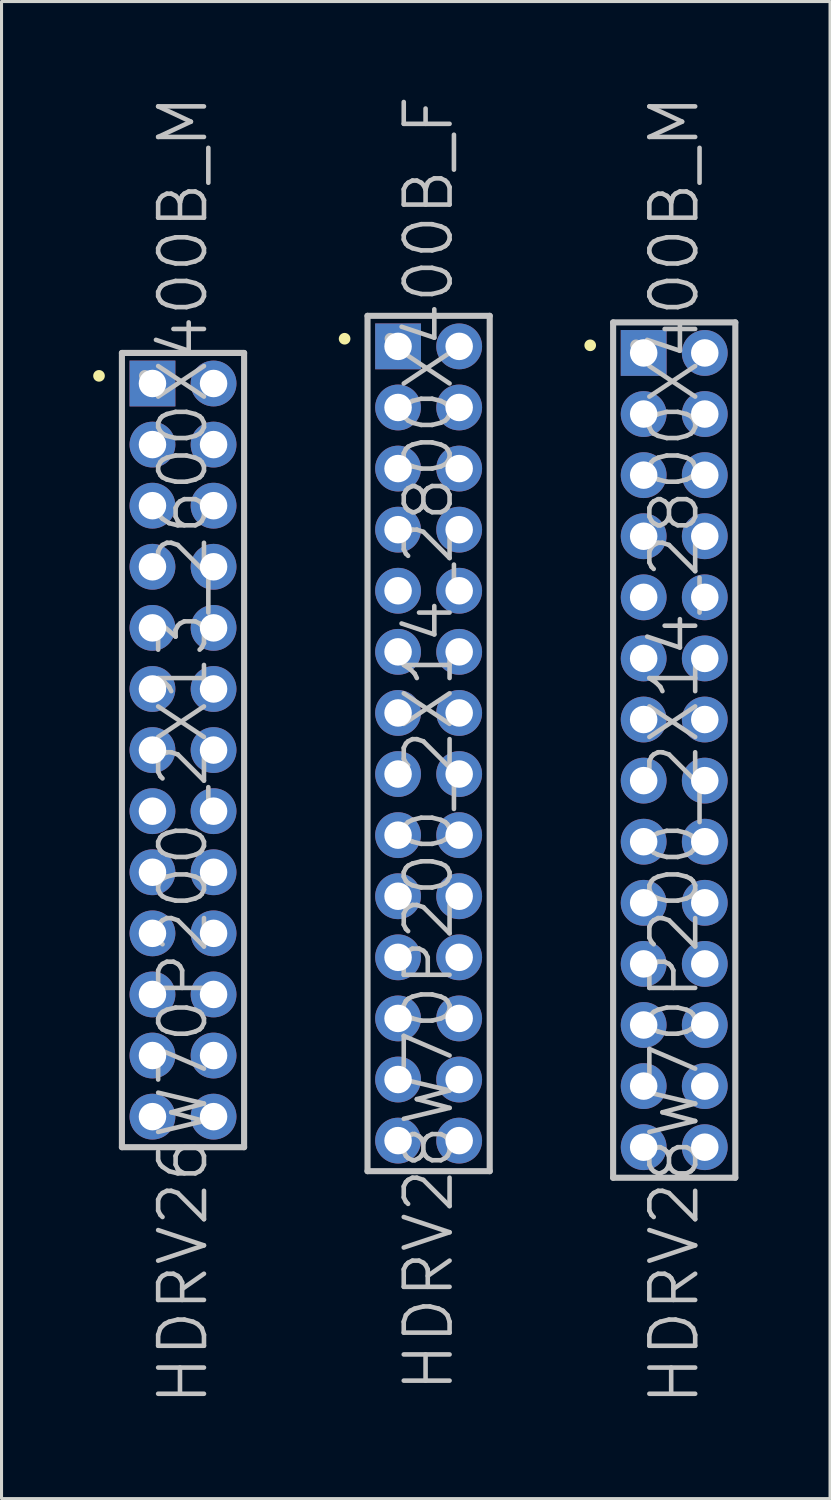
<source format=kicad_pcb>
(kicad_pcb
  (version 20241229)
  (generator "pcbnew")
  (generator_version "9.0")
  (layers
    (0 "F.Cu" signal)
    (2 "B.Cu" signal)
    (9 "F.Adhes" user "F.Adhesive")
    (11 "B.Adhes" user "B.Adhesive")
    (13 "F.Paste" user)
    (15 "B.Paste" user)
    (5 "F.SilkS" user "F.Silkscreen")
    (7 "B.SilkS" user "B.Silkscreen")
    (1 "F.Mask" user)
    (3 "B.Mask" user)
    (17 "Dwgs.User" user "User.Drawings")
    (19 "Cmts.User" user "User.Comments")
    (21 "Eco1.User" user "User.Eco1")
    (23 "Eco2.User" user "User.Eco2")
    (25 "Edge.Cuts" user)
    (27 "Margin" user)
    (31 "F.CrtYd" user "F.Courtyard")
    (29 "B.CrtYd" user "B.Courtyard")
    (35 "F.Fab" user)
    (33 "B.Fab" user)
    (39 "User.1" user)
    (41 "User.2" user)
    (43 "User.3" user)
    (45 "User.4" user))
  (footprint "HDRV26W70P200_2X13_2600X400B_M"
    (layer "F.Cu")
    (at 2.941 21.504)
    (property "Reference" "HDRV26W70P200_2X13_2600X400B_M" (at 0 0 90) (layer "Dwgs.User") (effects (font (size 1.5 1.5) (thickness 0.15))))
    (attr through_hole)
    (fp_line (start -2.75 -12.25) (end -2.75 -12.25) (stroke (width 0.381) (type solid)) (layer "F.SilkS"))
    (fp_line (start -2 -13) (end -2 13) (stroke (width 0.2) (type solid)) (layer "Dwgs.User"))
    (fp_line (start -2 -13) (end 2 -13) (stroke (width 0.2) (type solid)) (layer "Dwgs.User"))
    (fp_line (start -2 13) (end 2 13) (stroke (width 0.2) (type solid)) (layer "Dwgs.User"))
    (fp_line (start -1.25 -12.25) (end -1.25 -12.25) (stroke (width 0.381) (type solid)) (layer "Dwgs.User"))
    (fp_line (start 2 -13) (end 2 13) (stroke (width 0.2) (type solid)) (layer "Dwgs.User"))
    (pad "1" thru_hole rect (at -1 -12) (size 1.5 1.5) (drill 0.9) (layers "*.Cu" "*.Mask"))
    (pad "2" thru_hole circle (at 1 -12 270) (size 1.5 1.5) (drill 0.9) (layers "*.Cu" "*.Mask"))
    (pad "3" thru_hole circle (at -1 -10 270) (size 1.5 1.5) (drill 0.9) (layers "*.Cu" "*.Mask"))
    (pad "4" thru_hole circle (at 1 -10 270) (size 1.5 1.5) (drill 0.9) (layers "*.Cu" "*.Mask"))
    (pad "5" thru_hole circle (at -1 -8 270) (size 1.5 1.5) (drill 0.9) (layers "*.Cu" "*.Mask"))
    (pad "6" thru_hole circle (at 1 -8 270) (size 1.5 1.5) (drill 0.9) (layers "*.Cu" "*.Mask"))
    (pad "7" thru_hole circle (at -1 -6 270) (size 1.5 1.5) (drill 0.9) (layers "*.Cu" "*.Mask"))
    (pad "8" thru_hole circle (at 1 -6 270) (size 1.5 1.5) (drill 0.9) (layers "*.Cu" "*.Mask"))
    (pad "9" thru_hole circle (at -1 -4 270) (size 1.5 1.5) (drill 0.9) (layers "*.Cu" "*.Mask"))
    (pad "10" thru_hole circle (at 1 -4 270) (size 1.5 1.5) (drill 0.9) (layers "*.Cu" "*.Mask"))
    (pad "11" thru_hole circle (at -1 -2 270) (size 1.5 1.5) (drill 0.9) (layers "*.Cu" "*.Mask"))
    (pad "12" thru_hole circle (at 1 -2 270) (size 1.5 1.5) (drill 0.9) (layers "*.Cu" "*.Mask"))
    (pad "13" thru_hole circle (at -1 0 270) (size 1.5 1.5) (drill 0.9) (layers "*.Cu" "*.Mask"))
    (pad "14" thru_hole circle (at 1 0 270) (size 1.5 1.5) (drill 0.9) (layers "*.Cu" "*.Mask"))
    (pad "15" thru_hole circle (at -1 2 270) (size 1.5 1.5) (drill 0.9) (layers "*.Cu" "*.Mask"))
    (pad "16" thru_hole circle (at 1 2 270) (size 1.5 1.5) (drill 0.9) (layers "*.Cu" "*.Mask"))
    (pad "17" thru_hole circle (at -1 4 270) (size 1.5 1.5) (drill 0.9) (layers "*.Cu" "*.Mask"))
    (pad "18" thru_hole circle (at 1 4 270) (size 1.5 1.5) (drill 0.9) (layers "*.Cu" "*.Mask"))
    (pad "19" thru_hole circle (at -1 6 270) (size 1.5 1.5) (drill 0.9) (layers "*.Cu" "*.Mask"))
    (pad "20" thru_hole circle (at 1 6 270) (size 1.5 1.5) (drill 0.9) (layers "*.Cu" "*.Mask"))
    (pad "21" thru_hole circle (at -1 8 270) (size 1.5 1.5) (drill 0.9) (layers "*.Cu" "*.Mask"))
    (pad "22" thru_hole circle (at 1 8 270) (size 1.5 1.5) (drill 0.9) (layers "*.Cu" "*.Mask"))
    (pad "23" thru_hole circle (at -1 10 270) (size 1.5 1.5) (drill 0.9) (layers "*.Cu" "*.Mask"))
    (pad "24" thru_hole circle (at 1 10 270) (size 1.5 1.5) (drill 0.9) (layers "*.Cu" "*.Mask"))
    (pad "25" thru_hole circle (at -1 12 270) (size 1.5 1.5) (drill 0.9) (layers "*.Cu" "*.Mask"))
    (pad "26" thru_hole circle (at 1 12 270) (size 1.5 1.5) (drill 0.9) (layers "*.Cu" "*.Mask")))
  (footprint "HDRV28W70P200_2X14_2800X400B_M"
    (layer "F.Cu")
    (at 19.021 21.504)
    (property "Reference" "HDRV28W70P200_2X14_2800X400B_M" (at 0 0 90) (layer "Dwgs.User") (effects (font (size 1.5 1.5) (thickness 0.15))))
    (attr through_hole)
    (fp_line (start -2.75 -13.25) (end -2.75 -13.25) (stroke (width 0.381) (type solid)) (layer "F.SilkS"))
    (fp_line (start -2 -14) (end -2 14) (stroke (width 0.2) (type solid)) (layer "Dwgs.User"))
    (fp_line (start -2 -14) (end 2 -14) (stroke (width 0.2) (type solid)) (layer "Dwgs.User"))
    (fp_line (start -2 14) (end 2 14) (stroke (width 0.2) (type solid)) (layer "Dwgs.User"))
    (fp_line (start -1.25 -13.25) (end -1.25 -13.25) (stroke (width 0.381) (type solid)) (layer "Dwgs.User"))
    (fp_line (start 2 -14) (end 2 14) (stroke (width 0.2) (type solid)) (layer "Dwgs.User"))
    (pad "1" thru_hole rect (at -1 -13) (size 1.5 1.5) (drill 0.9) (layers "*.Cu" "*.Mask"))
    (pad "2" thru_hole circle (at 1 -13 270) (size 1.5 1.5) (drill 0.9) (layers "*.Cu" "*.Mask"))
    (pad "3" thru_hole circle (at -1 -11 270) (size 1.5 1.5) (drill 0.9) (layers "*.Cu" "*.Mask"))
    (pad "4" thru_hole circle (at 1 -11 270) (size 1.5 1.5) (drill 0.9) (layers "*.Cu" "*.Mask"))
    (pad "5" thru_hole circle (at -1 -9 270) (size 1.5 1.5) (drill 0.9) (layers "*.Cu" "*.Mask"))
    (pad "6" thru_hole circle (at 1 -9 270) (size 1.5 1.5) (drill 0.9) (layers "*.Cu" "*.Mask"))
    (pad "7" thru_hole circle (at -1 -7 270) (size 1.5 1.5) (drill 0.9) (layers "*.Cu" "*.Mask"))
    (pad "8" thru_hole circle (at 1 -7 270) (size 1.5 1.5) (drill 0.9) (layers "*.Cu" "*.Mask"))
    (pad "9" thru_hole circle (at -1 -5 270) (size 1.5 1.5) (drill 0.9) (layers "*.Cu" "*.Mask"))
    (pad "10" thru_hole circle (at 1 -5 270) (size 1.5 1.5) (drill 0.9) (layers "*.Cu" "*.Mask"))
    (pad "11" thru_hole circle (at -1 -3 270) (size 1.5 1.5) (drill 0.9) (layers "*.Cu" "*.Mask"))
    (pad "12" thru_hole circle (at 1 -3 270) (size 1.5 1.5) (drill 0.9) (layers "*.Cu" "*.Mask"))
    (pad "13" thru_hole circle (at -1 -1 270) (size 1.5 1.5) (drill 0.9) (layers "*.Cu" "*.Mask"))
    (pad "14" thru_hole circle (at 1 -1 270) (size 1.5 1.5) (drill 0.9) (layers "*.Cu" "*.Mask"))
    (pad "15" thru_hole circle (at -1 1 270) (size 1.5 1.5) (drill 0.9) (layers "*.Cu" "*.Mask"))
    (pad "16" thru_hole circle (at 1 1 270) (size 1.5 1.5) (drill 0.9) (layers "*.Cu" "*.Mask"))
    (pad "17" thru_hole circle (at -1 3 270) (size 1.5 1.5) (drill 0.9) (layers "*.Cu" "*.Mask"))
    (pad "18" thru_hole circle (at 1 3 270) (size 1.5 1.5) (drill 0.9) (layers "*.Cu" "*.Mask"))
    (pad "19" thru_hole circle (at -1 5 270) (size 1.5 1.5) (drill 0.9) (layers "*.Cu" "*.Mask"))
    (pad "20" thru_hole circle (at 1 5 270) (size 1.5 1.5) (drill 0.9) (layers "*.Cu" "*.Mask"))
    (pad "21" thru_hole circle (at -1 7 270) (size 1.5 1.5) (drill 0.9) (layers "*.Cu" "*.Mask"))
    (pad "22" thru_hole circle (at 1 7 270) (size 1.5 1.5) (drill 0.9) (layers "*.Cu" "*.Mask"))
    (pad "23" thru_hole circle (at -1 9 270) (size 1.5 1.5) (drill 0.9) (layers "*.Cu" "*.Mask"))
    (pad "24" thru_hole circle (at 1 9 270) (size 1.5 1.5) (drill 0.9) (layers "*.Cu" "*.Mask"))
    (pad "25" thru_hole circle (at -1 11 270) (size 1.5 1.5) (drill 0.9) (layers "*.Cu" "*.Mask"))
    (pad "26" thru_hole circle (at 1 11 270) (size 1.5 1.5) (drill 0.9) (layers "*.Cu" "*.Mask"))
    (pad "27" thru_hole circle (at -1 13 270) (size 1.5 1.5) (drill 0.9) (layers "*.Cu" "*.Mask"))
    (pad "28" thru_hole circle (at 1 13 270) (size 1.5 1.5) (drill 0.9) (layers "*.Cu" "*.Mask")))
  (footprint "HDRV28W70P200_2X14_2800X400B_F"
    (layer "F.Cu")
    (at 10.981 21.289)
    (property "Reference" "HDRV28W70P200_2X14_2800X400B_F" (at 0 0 90) (layer "Dwgs.User") (effects (font (size 1.5 1.5) (thickness 0.15))))
    (attr through_hole)
    (fp_line (start -2.75 -13.25) (end -2.75 -13.25) (stroke (width 0.381) (type solid)) (layer "F.SilkS"))
    (fp_line (start -2 -14) (end -2 14) (stroke (width 0.2) (type solid)) (layer "Dwgs.User"))
    (fp_line (start -2 -14) (end 2 -14) (stroke (width 0.2) (type solid)) (layer "Dwgs.User"))
    (fp_line (start -2 14) (end 2 14) (stroke (width 0.2) (type solid)) (layer "Dwgs.User"))
    (fp_line (start -1.25 -13.25) (end -1.25 -13.25) (stroke (width 0.381) (type solid)) (layer "Dwgs.User"))
    (fp_line (start 2 -14) (end 2 14) (stroke (width 0.2) (type solid)) (layer "Dwgs.User"))
    (pad "1" thru_hole rect (at -1 -13) (size 1.5 1.5) (drill 0.9) (layers "*.Cu" "*.Mask"))
    (pad "2" thru_hole circle (at 1 -13 270) (size 1.5 1.5) (drill 0.9) (layers "*.Cu" "*.Mask"))
    (pad "3" thru_hole circle (at -1 -11 270) (size 1.5 1.5) (drill 0.9) (layers "*.Cu" "*.Mask"))
    (pad "4" thru_hole circle (at 1 -11 270) (size 1.5 1.5) (drill 0.9) (layers "*.Cu" "*.Mask"))
    (pad "5" thru_hole circle (at -1 -9 270) (size 1.5 1.5) (drill 0.9) (layers "*.Cu" "*.Mask"))
    (pad "6" thru_hole circle (at 1 -9 270) (size 1.5 1.5) (drill 0.9) (layers "*.Cu" "*.Mask"))
    (pad "7" thru_hole circle (at -1 -7 270) (size 1.5 1.5) (drill 0.9) (layers "*.Cu" "*.Mask"))
    (pad "8" thru_hole circle (at 1 -7 270) (size 1.5 1.5) (drill 0.9) (layers "*.Cu" "*.Mask"))
    (pad "9" thru_hole circle (at -1 -5 270) (size 1.5 1.5) (drill 0.9) (layers "*.Cu" "*.Mask"))
    (pad "10" thru_hole circle (at 1 -5 270) (size 1.5 1.5) (drill 0.9) (layers "*.Cu" "*.Mask"))
    (pad "11" thru_hole circle (at -1 -3 270) (size 1.5 1.5) (drill 0.9) (layers "*.Cu" "*.Mask"))
    (pad "12" thru_hole circle (at 1 -3 270) (size 1.5 1.5) (drill 0.9) (layers "*.Cu" "*.Mask"))
    (pad "13" thru_hole circle (at -1 -1 270) (size 1.5 1.5) (drill 0.9) (layers "*.Cu" "*.Mask"))
    (pad "14" thru_hole circle (at 1 -1 270) (size 1.5 1.5) (drill 0.9) (layers "*.Cu" "*.Mask"))
    (pad "15" thru_hole circle (at -1 1 270) (size 1.5 1.5) (drill 0.9) (layers "*.Cu" "*.Mask"))
    (pad "16" thru_hole circle (at 1 1 270) (size 1.5 1.5) (drill 0.9) (layers "*.Cu" "*.Mask"))
    (pad "17" thru_hole circle (at -1 3 270) (size 1.5 1.5) (drill 0.9) (layers "*.Cu" "*.Mask"))
    (pad "18" thru_hole circle (at 1 3 270) (size 1.5 1.5) (drill 0.9) (layers "*.Cu" "*.Mask"))
    (pad "19" thru_hole circle (at -1 5 270) (size 1.5 1.5) (drill 0.9) (layers "*.Cu" "*.Mask"))
    (pad "20" thru_hole circle (at 1 5 270) (size 1.5 1.5) (drill 0.9) (layers "*.Cu" "*.Mask"))
    (pad "21" thru_hole circle (at -1 7 270) (size 1.5 1.5) (drill 0.9) (layers "*.Cu" "*.Mask"))
    (pad "22" thru_hole circle (at 1 7 270) (size 1.5 1.5) (drill 0.9) (layers "*.Cu" "*.Mask"))
    (pad "23" thru_hole circle (at -1 9 270) (size 1.5 1.5) (drill 0.9) (layers "*.Cu" "*.Mask"))
    (pad "24" thru_hole circle (at 1 9 270) (size 1.5 1.5) (drill 0.9) (layers "*.Cu" "*.Mask"))
    (pad "25" thru_hole circle (at -1 11 270) (size 1.5 1.5) (drill 0.9) (layers "*.Cu" "*.Mask"))
    (pad "26" thru_hole circle (at 1 11 270) (size 1.5 1.5) (drill 0.9) (layers "*.Cu" "*.Mask"))
    (pad "27" thru_hole circle (at -1 13 270) (size 1.5 1.5) (drill 0.9) (layers "*.Cu" "*.Mask"))
    (pad "28" thru_hole circle (at 1 13 270) (size 1.5 1.5) (drill 0.9) (layers "*.Cu" "*.Mask")))
  (gr_rect
    (start -3 -3)
    (end 24.122 46.007)
    (stroke (width 0.1) (type default))
    (fill no)
    (layer "Edge.Cuts")))
</source>
